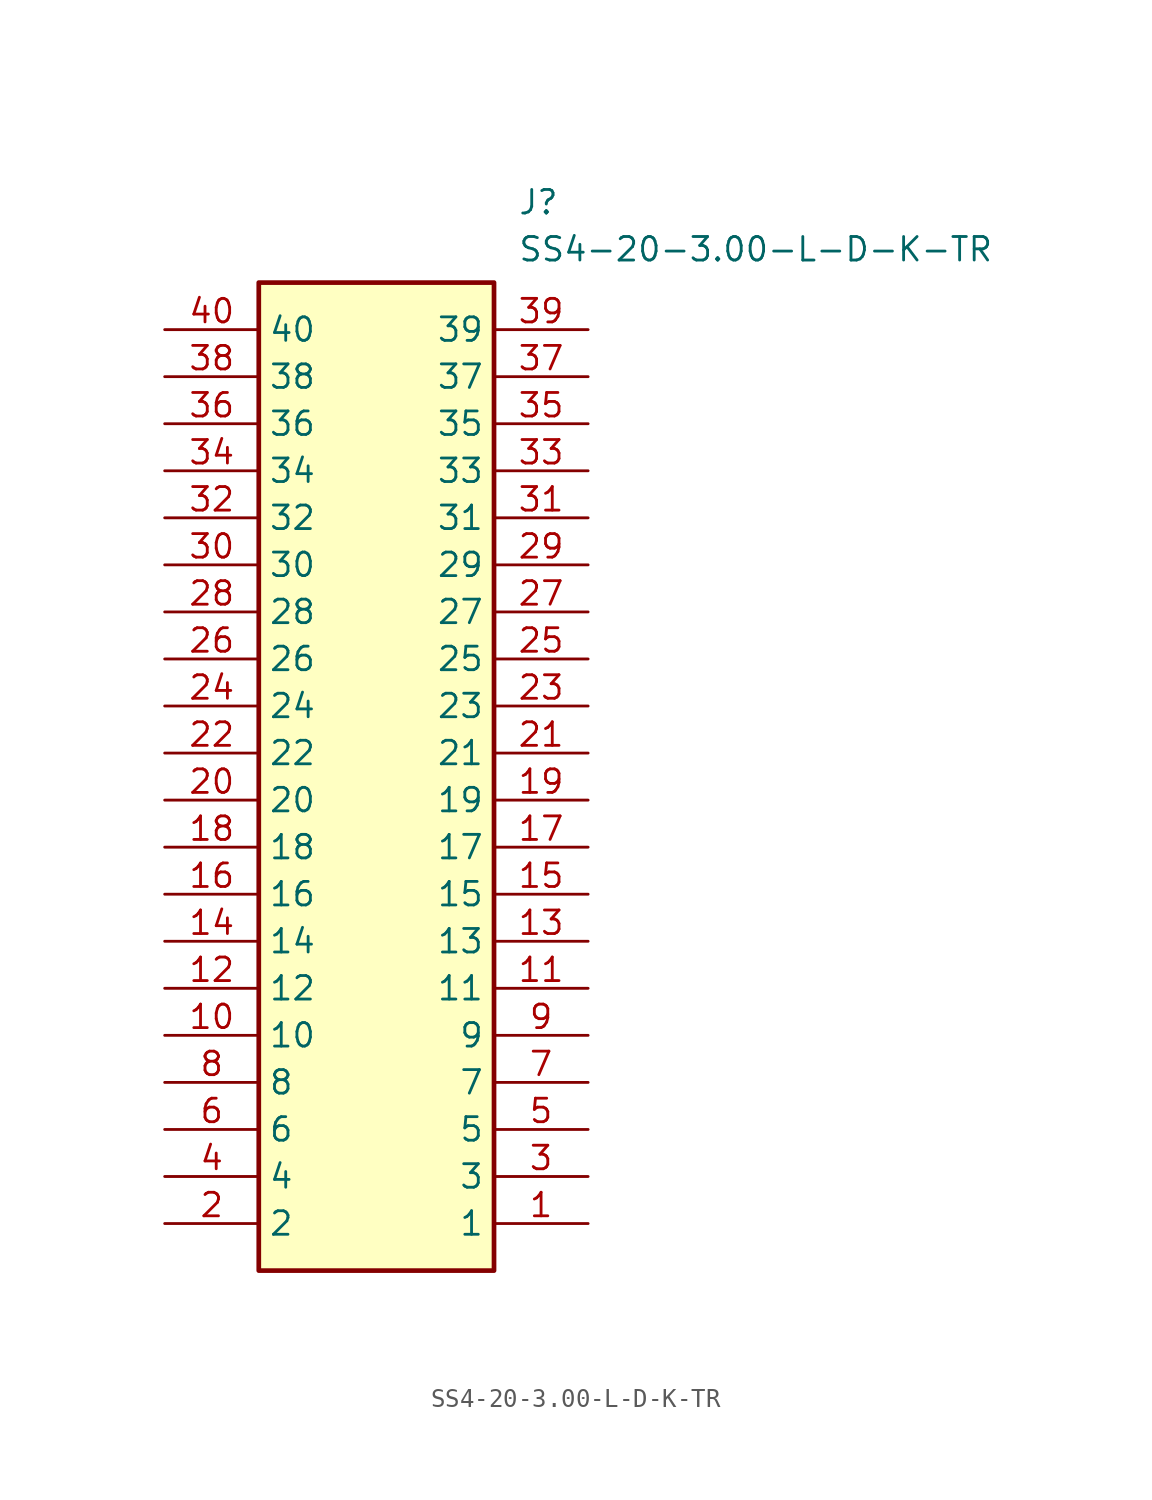
<source format=kicad_sym>
(kicad_symbol_lib
  (version 20211014)
  (generator SamacSys_ECAD_Model)
  (symbol "SS4-20-3.00-L-D-K-TR"
    (property "Reference" "J"
      (at 19.05 7.62 0)
      (effects (font (size 1.27 1.27)) (justify left top)))
    (property "Value" "SS4-20-3.00-L-D-K-TR"
      (at 19.05 5.08 0)
      (effects (font (size 1.27 1.27)) (justify left top)))
    (rectangle
      (start 5.08 2.54)
      (end 17.78 -50.8)
      (stroke (width 0.254) (type default))
      (fill (type background)))
    (pin passive line
      (at 22.86 -48.26 180)
      (length 5.08)
      (name "1" (effects (font (size 1.27 1.27))))
      (number "1" (effects (font (size 1.27 1.27)))))
    (pin passive line
      (at 0 -48.26 0)
      (length 5.08)
      (name "2" (effects (font (size 1.27 1.27))))
      (number "2" (effects (font (size 1.27 1.27)))))
    (pin passive line
      (at 22.86 -45.72 180)
      (length 5.08)
      (name "3" (effects (font (size 1.27 1.27))))
      (number "3" (effects (font (size 1.27 1.27)))))
    (pin passive line
      (at 0 -45.72 0)
      (length 5.08)
      (name "4" (effects (font (size 1.27 1.27))))
      (number "4" (effects (font (size 1.27 1.27)))))
    (pin passive line
      (at 22.86 -43.18 180)
      (length 5.08)
      (name "5" (effects (font (size 1.27 1.27))))
      (number "5" (effects (font (size 1.27 1.27)))))
    (pin passive line
      (at 0 -43.18 0)
      (length 5.08)
      (name "6" (effects (font (size 1.27 1.27))))
      (number "6" (effects (font (size 1.27 1.27)))))
    (pin passive line
      (at 22.86 -40.64 180)
      (length 5.08)
      (name "7" (effects (font (size 1.27 1.27))))
      (number "7" (effects (font (size 1.27 1.27)))))
    (pin passive line
      (at 0 -40.64 0)
      (length 5.08)
      (name "8" (effects (font (size 1.27 1.27))))
      (number "8" (effects (font (size 1.27 1.27)))))
    (pin passive line
      (at 22.86 -38.1 180)
      (length 5.08)
      (name "9" (effects (font (size 1.27 1.27))))
      (number "9" (effects (font (size 1.27 1.27)))))
    (pin passive line
      (at 0 -38.1 0)
      (length 5.08)
      (name "10" (effects (font (size 1.27 1.27))))
      (number "10" (effects (font (size 1.27 1.27)))))
    (pin passive line
      (at 22.86 -35.56 180)
      (length 5.08)
      (name "11" (effects (font (size 1.27 1.27))))
      (number "11" (effects (font (size 1.27 1.27)))))
    (pin passive line
      (at 0 -35.56 0)
      (length 5.08)
      (name "12" (effects (font (size 1.27 1.27))))
      (number "12" (effects (font (size 1.27 1.27)))))
    (pin passive line
      (at 22.86 -33.02 180)
      (length 5.08)
      (name "13" (effects (font (size 1.27 1.27))))
      (number "13" (effects (font (size 1.27 1.27)))))
    (pin passive line
      (at 0 -33.02 0)
      (length 5.08)
      (name "14" (effects (font (size 1.27 1.27))))
      (number "14" (effects (font (size 1.27 1.27)))))
    (pin passive line
      (at 22.86 -30.48 180)
      (length 5.08)
      (name "15" (effects (font (size 1.27 1.27))))
      (number "15" (effects (font (size 1.27 1.27)))))
    (pin passive line
      (at 0 -30.48 0)
      (length 5.08)
      (name "16" (effects (font (size 1.27 1.27))))
      (number "16" (effects (font (size 1.27 1.27)))))
    (pin passive line
      (at 22.86 -27.94 180)
      (length 5.08)
      (name "17" (effects (font (size 1.27 1.27))))
      (number "17" (effects (font (size 1.27 1.27)))))
    (pin passive line
      (at 0 -27.94 0)
      (length 5.08)
      (name "18" (effects (font (size 1.27 1.27))))
      (number "18" (effects (font (size 1.27 1.27)))))
    (pin passive line
      (at 22.86 -25.4 180)
      (length 5.08)
      (name "19" (effects (font (size 1.27 1.27))))
      (number "19" (effects (font (size 1.27 1.27)))))
    (pin passive line
      (at 0 -25.4 0)
      (length 5.08)
      (name "20" (effects (font (size 1.27 1.27))))
      (number "20" (effects (font (size 1.27 1.27)))))
    (pin passive line
      (at 22.86 -22.86 180)
      (length 5.08)
      (name "21" (effects (font (size 1.27 1.27))))
      (number "21" (effects (font (size 1.27 1.27)))))
    (pin passive line
      (at 0 -22.86 0)
      (length 5.08)
      (name "22" (effects (font (size 1.27 1.27))))
      (number "22" (effects (font (size 1.27 1.27)))))
    (pin passive line
      (at 22.86 -20.32 180)
      (length 5.08)
      (name "23" (effects (font (size 1.27 1.27))))
      (number "23" (effects (font (size 1.27 1.27)))))
    (pin passive line
      (at 0 -20.32 0)
      (length 5.08)
      (name "24" (effects (font (size 1.27 1.27))))
      (number "24" (effects (font (size 1.27 1.27)))))
    (pin passive line
      (at 22.86 -17.78 180)
      (length 5.08)
      (name "25" (effects (font (size 1.27 1.27))))
      (number "25" (effects (font (size 1.27 1.27)))))
    (pin passive line
      (at 0 -17.78 0)
      (length 5.08)
      (name "26" (effects (font (size 1.27 1.27))))
      (number "26" (effects (font (size 1.27 1.27)))))
    (pin passive line
      (at 22.86 -15.24 180)
      (length 5.08)
      (name "27" (effects (font (size 1.27 1.27))))
      (number "27" (effects (font (size 1.27 1.27)))))
    (pin passive line
      (at 0 -15.24 0)
      (length 5.08)
      (name "28" (effects (font (size 1.27 1.27))))
      (number "28" (effects (font (size 1.27 1.27)))))
    (pin passive line
      (at 22.86 -12.7 180)
      (length 5.08)
      (name "29" (effects (font (size 1.27 1.27))))
      (number "29" (effects (font (size 1.27 1.27)))))
    (pin passive line
      (at 0 -12.7 0)
      (length 5.08)
      (name "30" (effects (font (size 1.27 1.27))))
      (number "30" (effects (font (size 1.27 1.27)))))
    (pin passive line
      (at 22.86 -10.16 180)
      (length 5.08)
      (name "31" (effects (font (size 1.27 1.27))))
      (number "31" (effects (font (size 1.27 1.27)))))
    (pin passive line
      (at 0 -10.16 0)
      (length 5.08)
      (name "32" (effects (font (size 1.27 1.27))))
      (number "32" (effects (font (size 1.27 1.27)))))
    (pin passive line
      (at 22.86 -7.62 180)
      (length 5.08)
      (name "33" (effects (font (size 1.27 1.27))))
      (number "33" (effects (font (size 1.27 1.27)))))
    (pin passive line
      (at 0 -7.62 0)
      (length 5.08)
      (name "34" (effects (font (size 1.27 1.27))))
      (number "34" (effects (font (size 1.27 1.27)))))
    (pin passive line
      (at 22.86 -5.08 180)
      (length 5.08)
      (name "35" (effects (font (size 1.27 1.27))))
      (number "35" (effects (font (size 1.27 1.27)))))
    (pin passive line
      (at 0 -5.08 0)
      (length 5.08)
      (name "36" (effects (font (size 1.27 1.27))))
      (number "36" (effects (font (size 1.27 1.27)))))
    (pin passive line
      (at 22.86 -2.54 180)
      (length 5.08)
      (name "37" (effects (font (size 1.27 1.27))))
      (number "37" (effects (font (size 1.27 1.27)))))
    (pin passive line
      (at 0 -2.54 0)
      (length 5.08)
      (name "38" (effects (font (size 1.27 1.27))))
      (number "38" (effects (font (size 1.27 1.27)))))
    (pin passive line
      (at 22.86 0 180)
      (length 5.08)
      (name "39" (effects (font (size 1.27 1.27))))
      (number "39" (effects (font (size 1.27 1.27)))))
    (pin passive line
      (at 0 0 0)
      (length 5.08)
      (name "40" (effects (font (size 1.27 1.27))))
      (number "40" (effects (font (size 1.27 1.27)))))))
</source>
